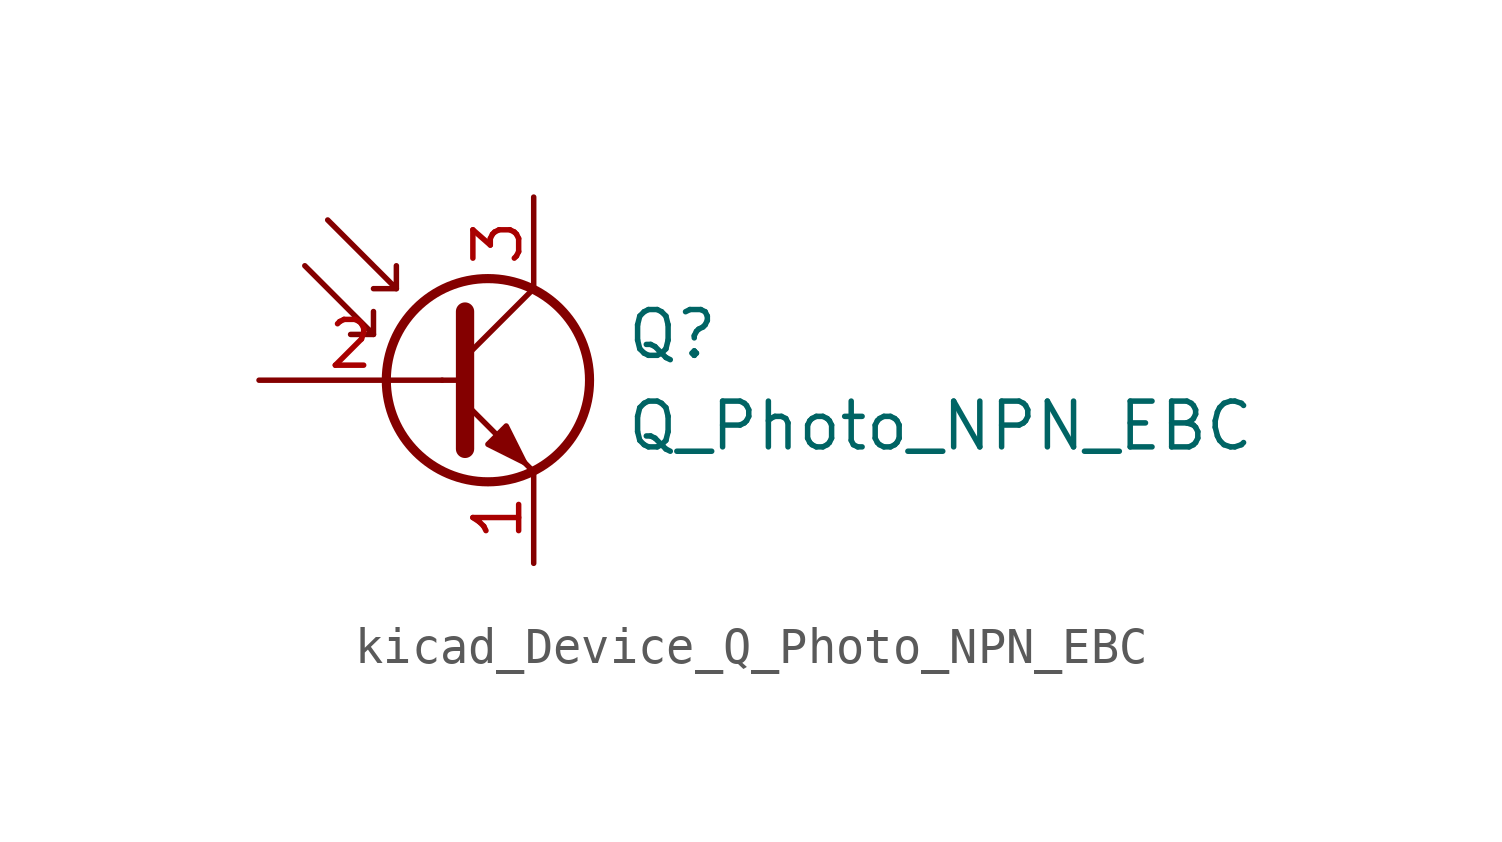
<source format=kicad_sym>
(kicad_symbol_lib
  (version 20220914)
  (generator kicad_symbol_editor)
  (symbol "kicad_Device_Q_Photo_NPN_EBC"
    (pin_names
      (offset 0) hide)
    (property "Reference" "Q"
      (at 5.08 1.27 0)
      (effects (font (size 1.27 1.27)) (justify left)))
    (property "Value" "Q_Photo_NPN_EBC"
      (at 5.08 -1.27 0)
      (effects (font (size 1.27 1.27)) (justify left)))
    (symbol "kicad_Device_Q_Photo_NPN_EBC_0_1"
      (polyline (pts (xy -1.905 1.27) (xy -2.54 1.27)) (stroke (width 0) (type default)) (fill (type none)))
      (polyline (pts (xy -1.27 2.54) (xy -1.905 2.54)) (stroke (width 0) (type default)) (fill (type none)))
      (polyline (pts (xy 0 0) (xy 0.635 0)) (stroke (width 0) (type default)) (fill (type none)))
      (polyline (pts (xy 0.635 0.635) (xy 2.54 2.54)) (stroke (width 0) (type default)) (fill (type none)))
      (polyline (pts (xy -3.81 3.175) (xy -1.905 1.27) (xy -1.905 1.905)) (stroke (width 0) (type default)) (fill (type none)))
      (polyline (pts (xy -3.175 4.445) (xy -1.27 2.54) (xy -1.27 3.175)) (stroke (width 0) (type default)) (fill (type none)))
      (polyline (pts (xy 0.635 -0.635) (xy 2.54 -2.54) (xy 2.54 -2.54)) (stroke (width 0) (type default)) (fill (type none)))
      (polyline (pts (xy 0.635 1.905) (xy 0.635 -1.905) (xy 0.635 -1.905)) (stroke (width 0.508) (type default)) (fill (type none)))
      (polyline (pts (xy 1.27 -1.778) (xy 1.778 -1.27) (xy 2.286 -2.286) (xy 1.27 -1.778) (xy 1.27 -1.778)) (stroke (width 0) (type default)) (fill (type outline)))
      (circle (center 1.27 0) (radius 2.819) (stroke (width 0.254) (type default)) (fill (type none))))
    (symbol "kicad_Device_Q_Photo_NPN_EBC_1_1"
      (pin passive line (at 2.54 -5.08 90) (length 2.54) (name "E" (effects (font (size 1.27 1.27)))) (number "1" (effects (font (size 1.27 1.27)))))
      (pin input line (at -5.08 0 0) (length 5.08) (name "B" (effects (font (size 1.27 1.27)))) (number "2" (effects (font (size 1.27 1.27)))))
      (pin passive line (at 2.54 5.08 270) (length 2.54) (name "C" (effects (font (size 1.27 1.27)))) (number "3" (effects (font (size 1.27 1.27))))))))
</source>
